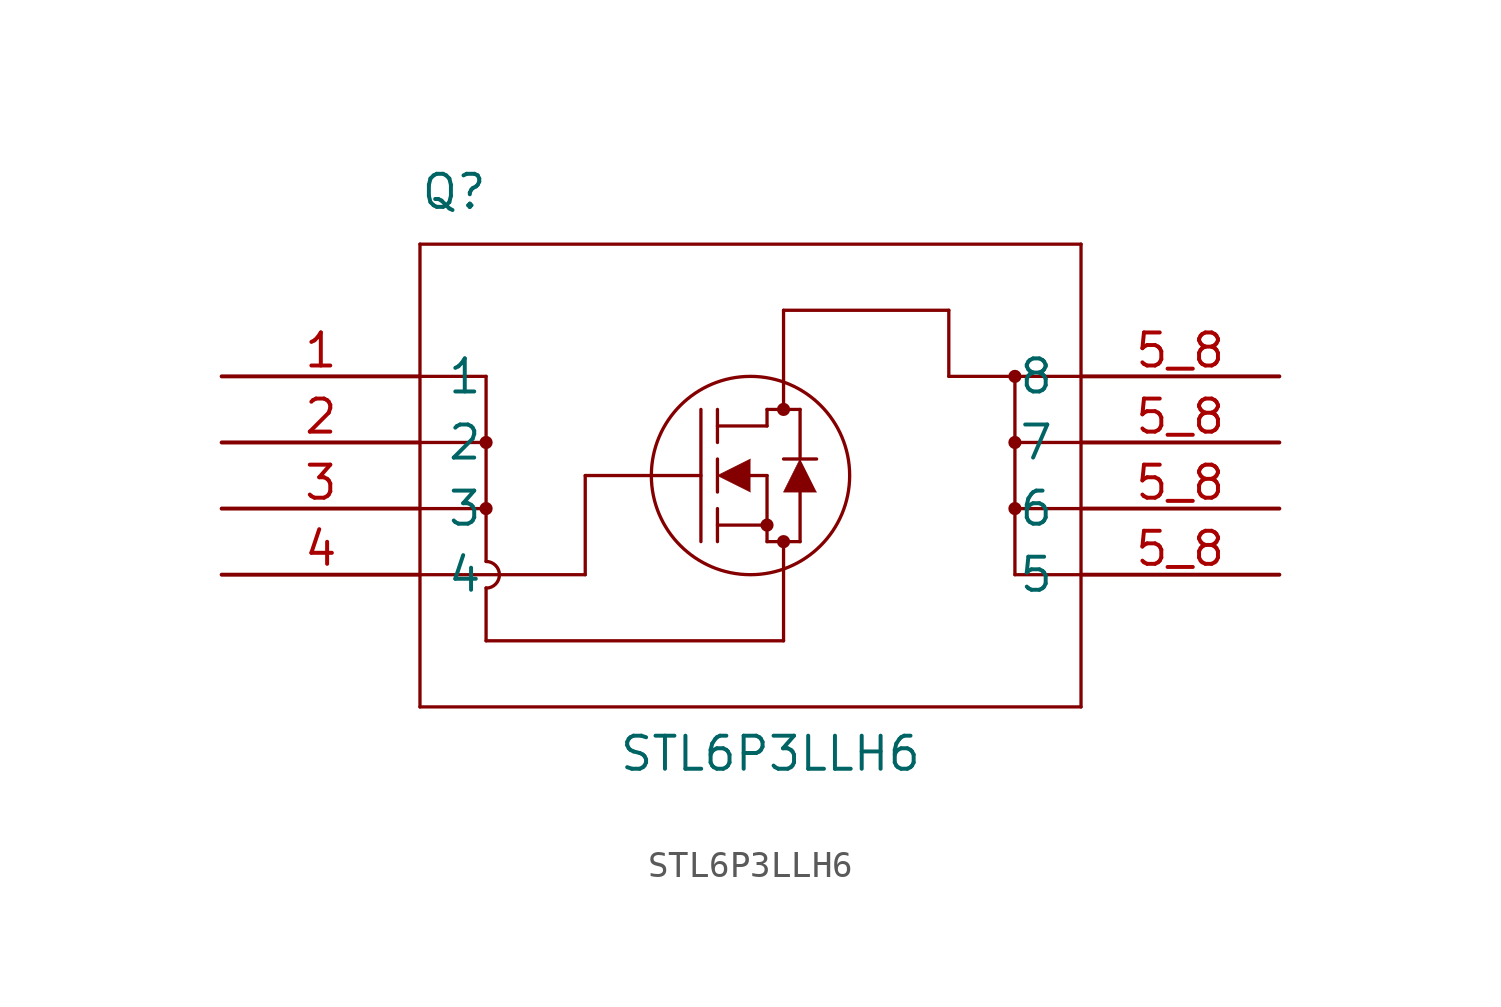
<source format=kicad_sym>
(kicad_symbol_lib
  (version 20220914)
  (generator kicad_symbol_editor)
  (symbol "STL6P3LLH6"
    (pin_names
      (offset 1.016))
    (property "Reference" "Q"
      (at 7.62 6.35 0)
      (effects (font (size 1.27 1.27)) (justify left bottom)))
    (property "Value" "STL6P3LLH6"
      (at 15.24 -15.24 0)
      (effects (font (size 1.27 1.27)) (justify left bottom)))
    (symbol "STL6P3LLH6_0_1"
      (polyline (pts (xy 7.62 -12.7) (xy 33.02 -12.7)) (stroke (width 0.127) (type default)) (fill (type none)))
      (polyline (pts (xy 7.62 -7.62) (xy 13.97 -7.62)) (stroke (width 0.127) (type default)) (fill (type none)))
      (polyline (pts (xy 7.62 -5.08) (xy 10.16 -5.08)) (stroke (width 0.127) (type default)) (fill (type none)))
      (polyline (pts (xy 7.62 -2.54) (xy 10.16 -2.54)) (stroke (width 0.127) (type default)) (fill (type none)))
      (polyline (pts (xy 7.62 0) (xy 10.16 0)) (stroke (width 0.127) (type default)) (fill (type none)))
      (polyline (pts (xy 7.62 5.08) (xy 7.62 -12.7)) (stroke (width 0.127) (type default)) (fill (type none)))
      (polyline (pts (xy 10.16 -10.16) (xy 21.59 -10.16)) (stroke (width 0.127) (type default)) (fill (type none)))
      (polyline (pts (xy 10.16 -8.128) (xy 10.16 -10.16)) (stroke (width 0.127) (type default)) (fill (type none)))
      (polyline (pts (xy 10.16 0) (xy 10.16 -7.112)) (stroke (width 0.127) (type default)) (fill (type none)))
      (polyline (pts (xy 13.97 -7.62) (xy 13.97 -3.81)) (stroke (width 0.127) (type default)) (fill (type none)))
      (polyline (pts (xy 13.97 -3.81) (xy 18.415 -3.81)) (stroke (width 0.127) (type default)) (fill (type none)))
      (polyline (pts (xy 18.415 -6.35) (xy 18.415 -1.27)) (stroke (width 0.127) (type default)) (fill (type none)))
      (polyline (pts (xy 19.05 -6.35) (xy 19.05 -5.08)) (stroke (width 0.127) (type default)) (fill (type none)))
      (polyline (pts (xy 19.05 -5.715) (xy 20.955 -5.715)) (stroke (width 0.127) (type default)) (fill (type none)))
      (polyline (pts (xy 19.05 -4.445) (xy 19.05 -3.175)) (stroke (width 0.127) (type default)) (fill (type none)))
      (polyline (pts (xy 19.05 -2.54) (xy 19.05 -1.27)) (stroke (width 0.127) (type default)) (fill (type none)))
      (polyline (pts (xy 19.05 -1.905) (xy 20.955 -1.905)) (stroke (width 0.127) (type default)) (fill (type none)))
      (polyline (pts (xy 20.32 -3.81) (xy 20.955 -3.81)) (stroke (width 0.127) (type default)) (fill (type none)))
      (polyline (pts (xy 20.955 -6.35) (xy 20.955 -3.81)) (stroke (width 0.127) (type default)) (fill (type none)))
      (polyline (pts (xy 20.955 -6.35) (xy 22.225 -6.35)) (stroke (width 0.127) (type default)) (fill (type none)))
      (polyline (pts (xy 20.955 -1.905) (xy 20.955 -1.27)) (stroke (width 0.127) (type default)) (fill (type none)))
      (polyline (pts (xy 20.955 -1.27) (xy 22.225 -1.27)) (stroke (width 0.127) (type default)) (fill (type none)))
      (polyline (pts (xy 21.59 -10.16) (xy 21.59 -6.35)) (stroke (width 0.127) (type default)) (fill (type none)))
      (polyline (pts (xy 21.59 2.54) (xy 21.59 -1.27)) (stroke (width 0.127) (type default)) (fill (type none)))
      (polyline (pts (xy 22.225 -6.35) (xy 22.225 -4.445)) (stroke (width 0.127) (type default)) (fill (type none)))
      (polyline (pts (xy 22.225 -3.175) (xy 22.225 -1.27)) (stroke (width 0.127) (type default)) (fill (type none)))
      (polyline (pts (xy 22.86 -3.175) (xy 21.59 -3.175)) (stroke (width 0.127) (type default)) (fill (type none)))
      (polyline (pts (xy 27.94 0) (xy 27.94 2.54)) (stroke (width 0.127) (type default)) (fill (type none)))
      (polyline (pts (xy 27.94 2.54) (xy 21.59 2.54)) (stroke (width 0.127) (type default)) (fill (type none)))
      (polyline (pts (xy 30.48 -7.62) (xy 30.48 0)) (stroke (width 0.127) (type default)) (fill (type none)))
      (polyline (pts (xy 33.02 -12.7) (xy 33.02 5.08)) (stroke (width 0.127) (type default)) (fill (type none)))
      (polyline (pts (xy 33.02 -7.62) (xy 30.48 -7.62)) (stroke (width 0.127) (type default)) (fill (type none)))
      (polyline (pts (xy 33.02 -5.08) (xy 30.48 -5.08)) (stroke (width 0.127) (type default)) (fill (type none)))
      (polyline (pts (xy 33.02 -2.54) (xy 30.48 -2.54)) (stroke (width 0.127) (type default)) (fill (type none)))
      (polyline (pts (xy 33.02 0) (xy 27.94 0)) (stroke (width 0.127) (type default)) (fill (type none)))
      (polyline (pts (xy 33.02 5.08) (xy 7.62 5.08)) (stroke (width 0.127) (type default)) (fill (type none)))
      (polyline (pts (xy 20.32 -3.175) (xy 19.05 -3.81) (xy 20.32 -4.445)) (stroke (width 0.025) (type default)) (fill (type outline)))
      (polyline (pts (xy 22.86 -4.445) (xy 21.59 -4.445) (xy 22.225 -3.175)) (stroke (width 0.025) (type default)) (fill (type outline)))
      (arc (start 10.16 -8.128) (mid 10.6658 -7.62) (end 10.16 -7.112) (stroke (width 0.127) (type default)) (fill (type none)))
      (circle (center 10.16 -5.08) (radius 0.127) (stroke (width 0.254) (type default)) (fill (type none)))
      (circle (center 10.16 -2.54) (radius 0.127) (stroke (width 0.254) (type default)) (fill (type none)))
      (circle (center 20.32 -3.81) (radius 3.81) (stroke (width 0.127) (type default)) (fill (type none)))
      (circle (center 20.955 -5.715) (radius 0.127) (stroke (width 0.254) (type default)) (fill (type none)))
      (circle (center 21.59 -6.35) (radius 0.127) (stroke (width 0.254) (type default)) (fill (type none)))
      (circle (center 21.59 -1.27) (radius 0.127) (stroke (width 0.254) (type default)) (fill (type none)))
      (circle (center 30.48 -5.08) (radius 0.127) (stroke (width 0.254) (type default)) (fill (type none)))
      (circle (center 30.48 -2.54) (radius 0.127) (stroke (width 0.254) (type default)) (fill (type none)))
      (circle (center 30.48 0) (radius 0.127) (stroke (width 0.254) (type default)) (fill (type none)))
      (pin unspecified line (at 0 0 0) (length 7.62) (name "1" (effects (font (size 1.27 1.27)))) (number "1" (effects (font (size 1.27 1.27)))))
      (pin unspecified line (at 0 -2.54 0) (length 7.62) (name "2" (effects (font (size 1.27 1.27)))) (number "2" (effects (font (size 1.27 1.27)))))
      (pin unspecified line (at 0 -5.08 0) (length 7.62) (name "3" (effects (font (size 1.27 1.27)))) (number "3" (effects (font (size 1.27 1.27)))))
      (pin unspecified line (at 0 -7.62 0) (length 7.62) (name "4" (effects (font (size 1.27 1.27)))) (number "4" (effects (font (size 1.27 1.27))))))
    (symbol "STL6P3LLH6_1_1"
      (pin unspecified line (at 40.64 -7.62 180) (length 7.62) (name "5" (effects (font (size 1.27 1.27)))) (number "5_8" (effects (font (size 1.27 1.27)))))
      (pin unspecified line (at 40.64 -5.08 180) (length 7.62) (name "6" (effects (font (size 1.27 1.27)))) (number "5_8" (effects (font (size 1.27 1.27)))))
      (pin unspecified line (at 40.64 -2.54 180) (length 7.62) (name "7" (effects (font (size 1.27 1.27)))) (number "5_8" (effects (font (size 1.27 1.27)))))
      (pin unspecified line (at 40.64 0 180) (length 7.62) (name "8" (effects (font (size 1.27 1.27)))) (number "5_8" (effects (font (size 1.27 1.27))))))))
</source>
